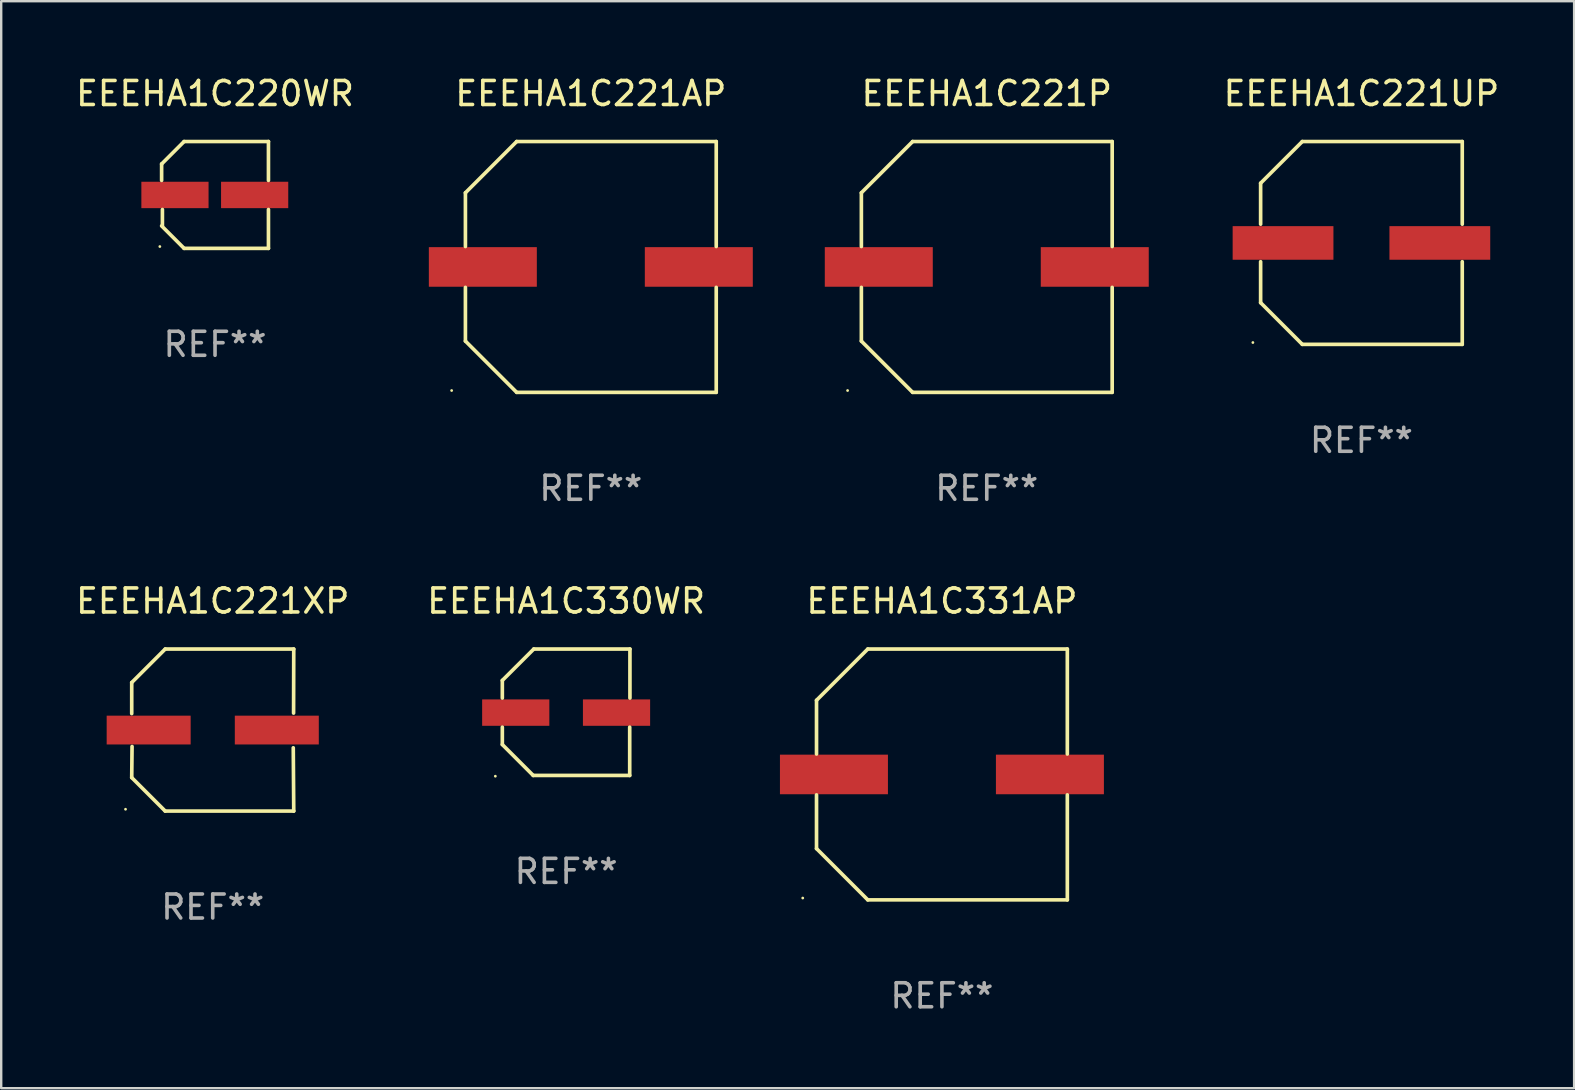
<source format=kicad_pcb>
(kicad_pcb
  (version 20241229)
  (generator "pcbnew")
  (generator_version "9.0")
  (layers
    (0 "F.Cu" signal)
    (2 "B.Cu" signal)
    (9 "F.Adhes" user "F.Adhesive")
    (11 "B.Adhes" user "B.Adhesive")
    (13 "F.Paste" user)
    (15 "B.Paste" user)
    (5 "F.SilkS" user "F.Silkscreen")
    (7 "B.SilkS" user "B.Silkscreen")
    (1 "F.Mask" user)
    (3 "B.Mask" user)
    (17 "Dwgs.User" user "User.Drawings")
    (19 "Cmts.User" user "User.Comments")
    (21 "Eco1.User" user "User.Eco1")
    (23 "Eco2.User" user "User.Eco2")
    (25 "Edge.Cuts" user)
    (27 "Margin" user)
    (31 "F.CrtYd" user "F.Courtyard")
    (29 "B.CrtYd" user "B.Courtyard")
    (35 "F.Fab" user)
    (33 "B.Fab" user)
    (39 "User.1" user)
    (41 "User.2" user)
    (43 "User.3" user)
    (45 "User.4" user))
  (footprint "EEEHA1C221AP"
    (layer "F.Cu")
    (at 21.571 8.074)
    (property "Reference" "EEEHA1C221AP" (at 0 -7.226 0) (layer "F.SilkS") (effects (font (size 1 1) (thickness 0.15))))
    (attr through_hole)
    (fp_line (start -5.226 -3.09) (end -5.226 -0.852) (stroke (width 0.152) (type solid)) (layer "F.SilkS"))
    (fp_line (start -5.226 3.09) (end -5.226 0.852) (stroke (width 0.152) (type solid)) (layer "F.SilkS"))
    (fp_line (start -3.09 -5.226) (end -5.226 -3.09) (stroke (width 0.152) (type solid)) (layer "F.SilkS"))
    (fp_line (start -3.09 5.226) (end -5.226 3.09) (stroke (width 0.152) (type solid)) (layer "F.SilkS"))
    (fp_line (start 5.226 -5.226) (end -3.09 -5.226) (stroke (width 0.152) (type solid)) (layer "F.SilkS"))
    (fp_line (start 5.226 -0.852) (end 5.226 -5.226) (stroke (width 0.152) (type solid)) (layer "F.SilkS"))
    (fp_line (start 5.226 0.852) (end 5.226 5.226) (stroke (width 0.152) (type solid)) (layer "F.SilkS"))
    (fp_line (start 5.226 5.226) (end -3.09 5.226) (stroke (width 0.152) (type solid)) (layer "F.SilkS"))
    (fp_circle (center -5.8 5.15) (end -5.77 5.15) (stroke (width 0.06) (type solid)) (fill no) (layer "F.SilkS"))
    (fp_text user "REF**" (at 0 9.226 0) (layer "F.Fab") (effects (font (size 1 1) (thickness 0.15))))
    (pad "1" smd rect (at -4.5 0) (size 4.5 1.65) (layers "F.Cu" "F.Mask" "F.Paste"))
    (pad "2" smd rect (at 4.5 0) (size 4.5 1.65) (layers "F.Cu" "F.Mask" "F.Paste")))
  (footprint "EEEHA1C221UP"
    (layer "F.Cu")
    (at 53.684 7.074)
    (property "Reference" "EEEHA1C221UP" (at 0 -6.226 0) (layer "F.SilkS") (effects (font (size 1 1) (thickness 0.15))))
    (attr through_hole)
    (fp_line (start -4.201 -2.49) (end -4.201 -0.782) (stroke (width 0.152) (type solid)) (layer "F.SilkS"))
    (fp_line (start -4.201 2.49) (end -4.201 0.782) (stroke (width 0.152) (type solid)) (layer "F.SilkS"))
    (fp_line (start -2.465 -4.226) (end -4.201 -2.49) (stroke (width 0.152) (type solid)) (layer "F.SilkS"))
    (fp_line (start -2.465 4.226) (end -4.201 2.49) (stroke (width 0.152) (type solid)) (layer "F.SilkS"))
    (fp_line (start 4.201 -4.226) (end -2.465 -4.226) (stroke (width 0.152) (type solid)) (layer "F.SilkS"))
    (fp_line (start 4.201 -0.782) (end 4.201 -4.226) (stroke (width 0.152) (type solid)) (layer "F.SilkS"))
    (fp_line (start 4.201 0.782) (end 4.201 4.226) (stroke (width 0.152) (type solid)) (layer "F.SilkS"))
    (fp_line (start 4.201 4.226) (end -2.465 4.226) (stroke (width 0.152) (type solid)) (layer "F.SilkS"))
    (fp_circle (center -4.524 4.15) (end -4.494 4.15) (stroke (width 0.06) (type solid)) (fill no) (layer "F.SilkS"))
    (fp_text user "REF**" (at 0 8.226 0) (layer "F.Fab") (effects (font (size 1 1) (thickness 0.15))))
    (pad "1" smd rect (at -3.267 0) (size 4.2 1.4) (layers "F.Cu" "F.Mask" "F.Paste"))
    (pad "2" smd rect (at 3.267 0) (size 4.2 1.4) (layers "F.Cu" "F.Mask" "F.Paste")))
  (footprint "EEEHA1C221XP"
    (layer "F.Cu")
    (at 5.815 27.373)
    (property "Reference" "EEEHA1C221XP" (at 0 -5.376 0) (layer "F.SilkS") (effects (font (size 1 1) (thickness 0.15))))
    (attr through_hole)
    (fp_line (start -3.376 -1.98) (end -3.376 -0.686) (stroke (width 0.152) (type solid)) (layer "F.SilkS"))
    (fp_line (start -3.376 1.981) (end -3.362 0.686) (stroke (width 0.152) (type solid)) (layer "F.SilkS"))
    (fp_line (start -1.981 3.376) (end -3.376 1.981) (stroke (width 0.152) (type solid)) (layer "F.SilkS"))
    (fp_line (start -1.98 -3.376) (end -3.376 -1.98) (stroke (width 0.152) (type solid)) (layer "F.SilkS"))
    (fp_line (start 3.356 0.74) (end 3.376 3.376) (stroke (width 0.152) (type solid)) (layer "F.SilkS"))
    (fp_line (start 3.369 -0.707) (end 3.376 -3.376) (stroke (width 0.152) (type solid)) (layer "F.SilkS"))
    (fp_line (start 3.376 3.376) (end -1.981 3.376) (stroke (width 0.152) (type solid)) (layer "F.SilkS"))
    (fp_line (start 3.376 -3.376) (end -1.98 -3.376) (stroke (width 0.152) (type solid)) (layer "F.SilkS"))
    (fp_circle (center -3.634 3.3) (end -3.604 3.3) (stroke (width 0.06) (type solid)) (fill no) (layer "F.SilkS"))
    (fp_text user "REF**" (at 0 7.376 0) (layer "F.Fab") (effects (font (size 1 1) (thickness 0.15))))
    (pad "1" smd rect (at -2.67 0.000254) (size 3.5 1.2) (layers "F.Cu" "F.Mask" "F.Paste"))
    (pad "2" smd rect (at 2.67 0.000254) (size 3.5 1.2) (layers "F.Cu" "F.Mask" "F.Paste")))
  (footprint "EEEHA1C331AP"
    (layer "F.Cu")
    (at 36.202 29.223)
    (property "Reference" "EEEHA1C331AP" (at 0 -7.226 0) (layer "F.SilkS") (effects (font (size 1 1) (thickness 0.15))))
    (attr through_hole)
    (fp_line (start -5.226 -3.09) (end -5.226 -0.852) (stroke (width 0.152) (type solid)) (layer "F.SilkS"))
    (fp_line (start -5.226 3.09) (end -5.226 0.852) (stroke (width 0.152) (type solid)) (layer "F.SilkS"))
    (fp_line (start -3.09 -5.226) (end -5.226 -3.09) (stroke (width 0.152) (type solid)) (layer "F.SilkS"))
    (fp_line (start -3.09 5.226) (end -5.226 3.09) (stroke (width 0.152) (type solid)) (layer "F.SilkS"))
    (fp_line (start 5.226 -5.226) (end -3.09 -5.226) (stroke (width 0.152) (type solid)) (layer "F.SilkS"))
    (fp_line (start 5.226 -0.852) (end 5.226 -5.226) (stroke (width 0.152) (type solid)) (layer "F.SilkS"))
    (fp_line (start 5.226 0.852) (end 5.226 5.226) (stroke (width 0.152) (type solid)) (layer "F.SilkS"))
    (fp_line (start 5.226 5.226) (end -3.09 5.226) (stroke (width 0.152) (type solid)) (layer "F.SilkS"))
    (fp_circle (center -5.8 5.15) (end -5.77 5.15) (stroke (width 0.06) (type solid)) (fill no) (layer "F.SilkS"))
    (fp_text user "REF**" (at 0 9.226 0) (layer "F.Fab") (effects (font (size 1 1) (thickness 0.15))))
    (pad "1" smd rect (at -4.5 0) (size 4.5 1.65) (layers "F.Cu" "F.Mask" "F.Paste"))
    (pad "2" smd rect (at 4.5 0) (size 4.5 1.65) (layers "F.Cu" "F.Mask" "F.Paste")))
  (footprint "EEEHA1C220WR"
    (layer "F.Cu")
    (at 5.911 5.074)
    (property "Reference" "EEEHA1C220WR" (at 0 -4.226 0) (layer "F.SilkS") (effects (font (size 1 1) (thickness 0.15))))
    (attr through_hole)
    (fp_line (start -2.226 -1.29) (end -2.226 -0.607) (stroke (width 0.152) (type solid)) (layer "F.SilkS"))
    (fp_line (start -2.193 1.29) (end -2.193 0.607) (stroke (width 0.152) (type solid)) (layer "F.SilkS"))
    (fp_line (start -1.29 2.226) (end -2.226 1.29) (stroke (width 0.152) (type solid)) (layer "F.SilkS"))
    (fp_line (start -1.29 -2.226) (end -2.226 -1.29) (stroke (width 0.152) (type solid)) (layer "F.SilkS"))
    (fp_line (start 2.226 -2.226) (end -1.29 -2.226) (stroke (width 0.152) (type solid)) (layer "F.SilkS"))
    (fp_line (start 2.226 -0.607) (end 2.226 -2.226) (stroke (width 0.152) (type solid)) (layer "F.SilkS"))
    (fp_line (start 2.226 0.607) (end 2.226 2.226) (stroke (width 0.152) (type solid)) (layer "F.SilkS"))
    (fp_line (start 2.226 2.226) (end -1.29 2.226) (stroke (width 0.152) (type solid)) (layer "F.SilkS"))
    (fp_circle (center -2.3 2.15) (end -2.27 2.15) (stroke (width 0.06) (type solid)) (fill no) (layer "F.SilkS"))
    (fp_text user "REF**" (at 0 6.226 0) (layer "F.Fab") (effects (font (size 1 1) (thickness 0.15))))
    (pad "1" smd rect (at -1.67 -0.000025) (size 2.8 1.1) (layers "F.Cu" "F.Mask" "F.Paste"))
    (pad "2" smd rect (at 1.651 -0.000025) (size 2.8 1.1) (layers "F.Cu" "F.Mask" "F.Paste")))
  (footprint "EEEHA1C221P"
    (layer "F.Cu")
    (at 38.071 8.074)
    (property "Reference" "EEEHA1C221P" (at 0 -7.226 0) (layer "F.SilkS") (effects (font (size 1 1) (thickness 0.15))))
    (attr through_hole)
    (fp_line (start -5.226 -3.09) (end -5.226 -0.852) (stroke (width 0.152) (type solid)) (layer "F.SilkS"))
    (fp_line (start -5.226 3.09) (end -5.226 0.852) (stroke (width 0.152) (type solid)) (layer "F.SilkS"))
    (fp_line (start -3.09 -5.226) (end -5.226 -3.09) (stroke (width 0.152) (type solid)) (layer "F.SilkS"))
    (fp_line (start -3.09 5.226) (end -5.226 3.09) (stroke (width 0.152) (type solid)) (layer "F.SilkS"))
    (fp_line (start 5.226 -5.226) (end -3.09 -5.226) (stroke (width 0.152) (type solid)) (layer "F.SilkS"))
    (fp_line (start 5.226 -0.852) (end 5.226 -5.226) (stroke (width 0.152) (type solid)) (layer "F.SilkS"))
    (fp_line (start 5.226 0.852) (end 5.226 5.226) (stroke (width 0.152) (type solid)) (layer "F.SilkS"))
    (fp_line (start 5.226 5.226) (end -3.09 5.226) (stroke (width 0.152) (type solid)) (layer "F.SilkS"))
    (fp_circle (center -5.8 5.15) (end -5.77 5.15) (stroke (width 0.06) (type solid)) (fill no) (layer "F.SilkS"))
    (fp_text user "REF**" (at 0 9.226 0) (layer "F.Fab") (effects (font (size 1 1) (thickness 0.15))))
    (pad "1" smd rect (at -4.5 0) (size 4.5 1.65) (layers "F.Cu" "F.Mask" "F.Paste"))
    (pad "2" smd rect (at 4.5 0) (size 4.5 1.65) (layers "F.Cu" "F.Mask" "F.Paste")))
  (footprint "EEEHA1C330WR"
    (layer "F.Cu")
    (at 20.542 26.631)
    (property "Reference" "EEEHA1C330WR" (at 0 -4.634 0) (layer "F.SilkS") (effects (font (size 1 1) (thickness 0.15))))
    (attr through_hole)
    (fp_line (start -2.659 -1.326) (end -2.659 -0.592) (stroke (width 0.152) (type solid)) (layer "F.SilkS"))
    (fp_line (start -2.659 1.346) (end -2.659 0.622) (stroke (width 0.152) (type solid)) (layer "F.SilkS"))
    (fp_line (start -1.372 2.634) (end -2.659 1.346) (stroke (width 0.152) (type solid)) (layer "F.SilkS"))
    (fp_line (start -1.349 -2.634) (end -2.659 -1.326) (stroke (width 0.152) (type solid)) (layer "F.SilkS"))
    (fp_line (start 2.649 0.622) (end 2.649 2.634) (stroke (width 0.152) (type solid)) (layer "F.SilkS"))
    (fp_line (start 2.649 2.634) (end -1.372 2.634) (stroke (width 0.152) (type solid)) (layer "F.SilkS"))
    (fp_line (start 2.659 -2.634) (end -1.349 -2.634) (stroke (width 0.152) (type solid)) (layer "F.SilkS"))
    (fp_line (start 2.659 -0.592) (end 2.659 -2.634) (stroke (width 0.152) (type solid)) (layer "F.SilkS"))
    (fp_circle (center -2.95 2.665) (end -2.92 2.665) (stroke (width 0.06) (type solid)) (fill no) (layer "F.SilkS"))
    (fp_text user "REF**" (at 0 6.634 0) (layer "F.Fab") (effects (font (size 1 1) (thickness 0.15))))
    (pad "1" smd rect (at -2.1 0.015) (size 2.8 1.1) (layers "F.Cu" "F.Mask" "F.Paste"))
    (pad "2" smd rect (at 2.1 0.015) (size 2.8 1.1) (layers "F.Cu" "F.Mask" "F.Paste")))
  (gr_rect
    (start -3 -3)
    (end 62.547 42.298)
    (stroke (width 0.1) (type default))
    (fill no)
    (layer "Edge.Cuts")))
</source>
